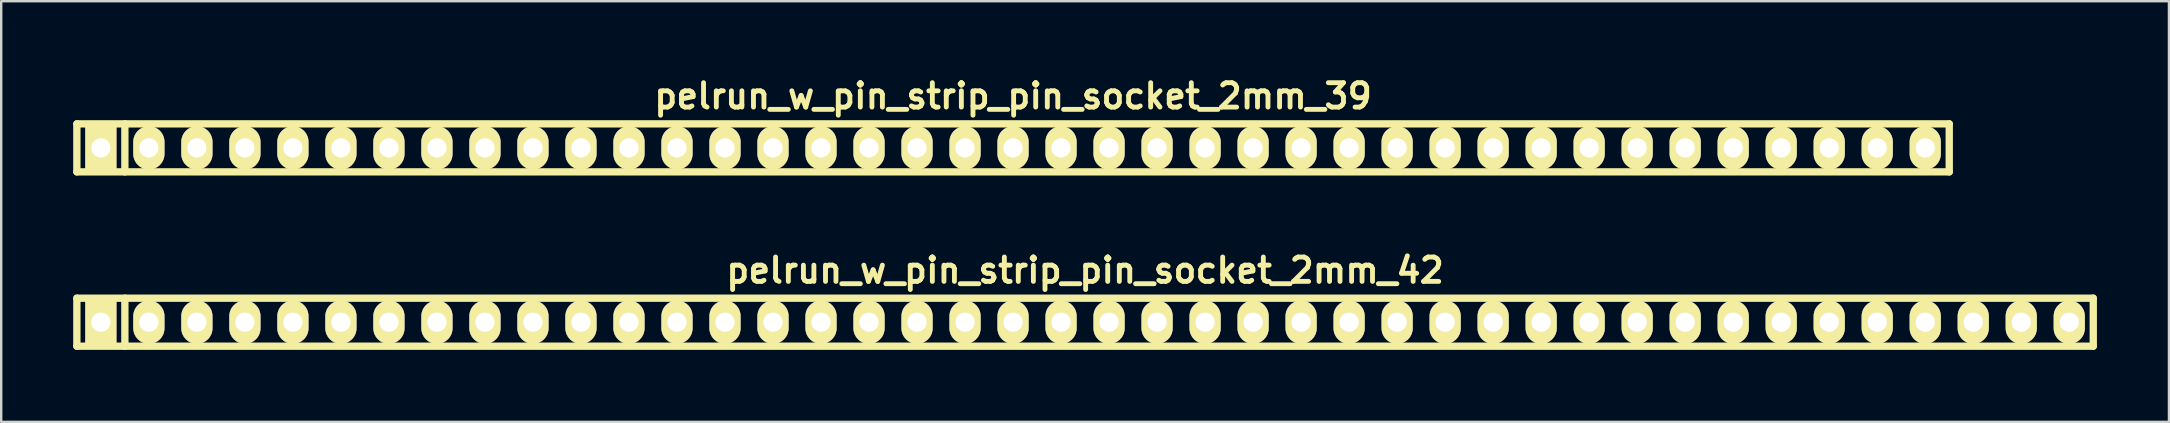
<source format=kicad_pcb>
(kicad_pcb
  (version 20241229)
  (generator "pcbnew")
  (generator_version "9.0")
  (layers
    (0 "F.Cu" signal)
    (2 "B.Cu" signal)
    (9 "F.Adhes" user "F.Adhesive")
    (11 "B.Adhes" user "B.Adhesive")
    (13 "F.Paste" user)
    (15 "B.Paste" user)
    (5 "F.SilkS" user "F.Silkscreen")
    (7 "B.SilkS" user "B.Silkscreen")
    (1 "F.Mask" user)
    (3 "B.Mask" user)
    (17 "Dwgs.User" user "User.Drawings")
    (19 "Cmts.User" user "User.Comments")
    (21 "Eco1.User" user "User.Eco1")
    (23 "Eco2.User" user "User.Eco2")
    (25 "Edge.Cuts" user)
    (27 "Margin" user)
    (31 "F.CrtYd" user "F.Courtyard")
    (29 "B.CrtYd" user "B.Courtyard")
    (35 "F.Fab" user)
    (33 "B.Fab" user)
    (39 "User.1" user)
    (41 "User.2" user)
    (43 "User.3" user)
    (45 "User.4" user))
  (footprint "pelrun_w_pin_strip_pin_socket_2mm_39"
    (layer "F.Cu")
    (at 39.152 3.11)
    (property "Reference" "pelrun_w_pin_strip_pin_socket_2mm_39" (at 0 -2.159 0) (layer "F.SilkS") (effects (font (size 1.016 1.016) (thickness 0.203))))
    (attr through_hole)
    (fp_line (start -39 -1) (end 39 -1) (stroke (width 0.305) (type solid)) (layer "F.SilkS"))
    (fp_line (start -39 1) (end -39 -1) (stroke (width 0.305) (type solid)) (layer "F.SilkS"))
    (fp_line (start -37 -1) (end -37 1) (stroke (width 0.305) (type solid)) (layer "F.SilkS"))
    (fp_line (start 39 -1) (end 39 1) (stroke (width 0.305) (type solid)) (layer "F.SilkS"))
    (fp_line (start 39 1) (end -39 1) (stroke (width 0.305) (type solid)) (layer "F.SilkS"))
    (pad "1" thru_hole rect (at -38 0) (size 1.3 1.8) (drill 0.8) (layers "*.Cu" "*.Mask" "F.SilkS"))
    (pad "2" thru_hole oval (at -36 0) (size 1.3 1.8) (drill 0.8) (layers "*.Cu" "*.Mask" "F.SilkS"))
    (pad "3" thru_hole oval (at -34 0) (size 1.3 1.8) (drill 0.8) (layers "*.Cu" "*.Mask" "F.SilkS"))
    (pad "4" thru_hole oval (at -32 0) (size 1.3 1.8) (drill 0.8) (layers "*.Cu" "*.Mask" "F.SilkS"))
    (pad "5" thru_hole oval (at -30 0) (size 1.3 1.8) (drill 0.8) (layers "*.Cu" "*.Mask" "F.SilkS"))
    (pad "6" thru_hole oval (at -28 0) (size 1.3 1.8) (drill 0.8) (layers "*.Cu" "*.Mask" "F.SilkS"))
    (pad "7" thru_hole oval (at -26 0) (size 1.3 1.8) (drill 0.8) (layers "*.Cu" "*.Mask" "F.SilkS"))
    (pad "8" thru_hole oval (at -24 0) (size 1.3 1.8) (drill 0.8) (layers "*.Cu" "*.Mask" "F.SilkS"))
    (pad "9" thru_hole oval (at -22 0) (size 1.3 1.8) (drill 0.8) (layers "*.Cu" "*.Mask" "F.SilkS"))
    (pad "10" thru_hole oval (at -20 0) (size 1.3 1.8) (drill 0.8) (layers "*.Cu" "*.Mask" "F.SilkS"))
    (pad "11" thru_hole oval (at -18 0) (size 1.3 1.8) (drill 0.8) (layers "*.Cu" "*.Mask" "F.SilkS"))
    (pad "12" thru_hole oval (at -16 0) (size 1.3 1.8) (drill 0.8) (layers "*.Cu" "*.Mask" "F.SilkS"))
    (pad "13" thru_hole oval (at -14 0) (size 1.3 1.8) (drill 0.8) (layers "*.Cu" "*.Mask" "F.SilkS"))
    (pad "14" thru_hole oval (at -12 0) (size 1.3 1.8) (drill 0.8) (layers "*.Cu" "*.Mask" "F.SilkS"))
    (pad "15" thru_hole oval (at -10 0) (size 1.3 1.8) (drill 0.8) (layers "*.Cu" "*.Mask" "F.SilkS"))
    (pad "16" thru_hole oval (at -8 0) (size 1.3 1.8) (drill 0.8) (layers "*.Cu" "*.Mask" "F.SilkS"))
    (pad "17" thru_hole oval (at -6 0) (size 1.3 1.8) (drill 0.8) (layers "*.Cu" "*.Mask" "F.SilkS"))
    (pad "18" thru_hole oval (at -4 0) (size 1.3 1.8) (drill 0.8) (layers "*.Cu" "*.Mask" "F.SilkS"))
    (pad "19" thru_hole oval (at -2 0) (size 1.3 1.8) (drill 0.8) (layers "*.Cu" "*.Mask" "F.SilkS"))
    (pad "20" thru_hole oval (at 0 0) (size 1.3 1.8) (drill 0.8) (layers "*.Cu" "*.Mask" "F.SilkS"))
    (pad "21" thru_hole oval (at 2 0) (size 1.3 1.8) (drill 0.8) (layers "*.Cu" "*.Mask" "F.SilkS"))
    (pad "22" thru_hole oval (at 4 0) (size 1.3 1.8) (drill 0.8) (layers "*.Cu" "*.Mask" "F.SilkS"))
    (pad "23" thru_hole oval (at 6 0) (size 1.3 1.8) (drill 0.8) (layers "*.Cu" "*.Mask" "F.SilkS"))
    (pad "24" thru_hole oval (at 8 0) (size 1.3 1.8) (drill 0.8) (layers "*.Cu" "*.Mask" "F.SilkS"))
    (pad "25" thru_hole oval (at 10 0) (size 1.3 1.8) (drill 0.8) (layers "*.Cu" "*.Mask" "F.SilkS"))
    (pad "26" thru_hole oval (at 12 0) (size 1.3 1.8) (drill 0.8) (layers "*.Cu" "*.Mask" "F.SilkS"))
    (pad "27" thru_hole oval (at 14 0) (size 1.3 1.8) (drill 0.8) (layers "*.Cu" "*.Mask" "F.SilkS"))
    (pad "28" thru_hole oval (at 16 0) (size 1.3 1.8) (drill 0.8) (layers "*.Cu" "*.Mask" "F.SilkS"))
    (pad "29" thru_hole oval (at 18 0) (size 1.3 1.8) (drill 0.8) (layers "*.Cu" "*.Mask" "F.SilkS"))
    (pad "30" thru_hole oval (at 20 0) (size 1.3 1.8) (drill 0.8) (layers "*.Cu" "*.Mask" "F.SilkS"))
    (pad "31" thru_hole oval (at 22 0) (size 1.3 1.8) (drill 0.8) (layers "*.Cu" "*.Mask" "F.SilkS"))
    (pad "32" thru_hole oval (at 24 0) (size 1.3 1.8) (drill 0.8) (layers "*.Cu" "*.Mask" "F.SilkS"))
    (pad "33" thru_hole oval (at 26 0) (size 1.3 1.8) (drill 0.8) (layers "*.Cu" "*.Mask" "F.SilkS"))
    (pad "34" thru_hole oval (at 28 0) (size 1.3 1.8) (drill 0.8) (layers "*.Cu" "*.Mask" "F.SilkS"))
    (pad "35" thru_hole oval (at 30 0) (size 1.3 1.8) (drill 0.8) (layers "*.Cu" "*.Mask" "F.SilkS"))
    (pad "36" thru_hole oval (at 32 0) (size 1.3 1.8) (drill 0.8) (layers "*.Cu" "*.Mask" "F.SilkS"))
    (pad "37" thru_hole oval (at 34 0) (size 1.3 1.8) (drill 0.8) (layers "*.Cu" "*.Mask" "F.SilkS"))
    (pad "38" thru_hole oval (at 36 0) (size 1.3 1.8) (drill 0.8) (layers "*.Cu" "*.Mask" "F.SilkS"))
    (pad "39" thru_hole oval (at 38 0) (size 1.3 1.8) (drill 0.8) (layers "*.Cu" "*.Mask" "F.SilkS")))
  (footprint "pelrun_w_pin_strip_pin_socket_2mm_42"
    (layer "F.Cu")
    (at 42.152 10.372)
    (property "Reference" "pelrun_w_pin_strip_pin_socket_2mm_42" (at 0 -2.159 0) (layer "F.SilkS") (effects (font (size 1.016 1.016) (thickness 0.203))))
    (attr through_hole)
    (fp_line (start -42 -1) (end 42 -1) (stroke (width 0.305) (type solid)) (layer "F.SilkS"))
    (fp_line (start -42 1) (end -42 -1) (stroke (width 0.305) (type solid)) (layer "F.SilkS"))
    (fp_line (start -40 -1) (end -40 1) (stroke (width 0.305) (type solid)) (layer "F.SilkS"))
    (fp_line (start 42 -1) (end 42 1) (stroke (width 0.305) (type solid)) (layer "F.SilkS"))
    (fp_line (start 42 1) (end -42 1) (stroke (width 0.305) (type solid)) (layer "F.SilkS"))
    (pad "1" thru_hole rect (at -41 0) (size 1.3 1.8) (drill 0.8) (layers "*.Cu" "*.Mask" "F.SilkS"))
    (pad "2" thru_hole oval (at -39 0) (size 1.3 1.8) (drill 0.8) (layers "*.Cu" "*.Mask" "F.SilkS"))
    (pad "3" thru_hole oval (at -37 0) (size 1.3 1.8) (drill 0.8) (layers "*.Cu" "*.Mask" "F.SilkS"))
    (pad "4" thru_hole oval (at -35 0) (size 1.3 1.8) (drill 0.8) (layers "*.Cu" "*.Mask" "F.SilkS"))
    (pad "5" thru_hole oval (at -33 0) (size 1.3 1.8) (drill 0.8) (layers "*.Cu" "*.Mask" "F.SilkS"))
    (pad "6" thru_hole oval (at -31 0) (size 1.3 1.8) (drill 0.8) (layers "*.Cu" "*.Mask" "F.SilkS"))
    (pad "7" thru_hole oval (at -29 0) (size 1.3 1.8) (drill 0.8) (layers "*.Cu" "*.Mask" "F.SilkS"))
    (pad "8" thru_hole oval (at -27 0) (size 1.3 1.8) (drill 0.8) (layers "*.Cu" "*.Mask" "F.SilkS"))
    (pad "9" thru_hole oval (at -25 0) (size 1.3 1.8) (drill 0.8) (layers "*.Cu" "*.Mask" "F.SilkS"))
    (pad "10" thru_hole oval (at -23 0) (size 1.3 1.8) (drill 0.8) (layers "*.Cu" "*.Mask" "F.SilkS"))
    (pad "11" thru_hole oval (at -21 0) (size 1.3 1.8) (drill 0.8) (layers "*.Cu" "*.Mask" "F.SilkS"))
    (pad "12" thru_hole oval (at -19 0) (size 1.3 1.8) (drill 0.8) (layers "*.Cu" "*.Mask" "F.SilkS"))
    (pad "13" thru_hole oval (at -17 0) (size 1.3 1.8) (drill 0.8) (layers "*.Cu" "*.Mask" "F.SilkS"))
    (pad "14" thru_hole oval (at -15 0) (size 1.3 1.8) (drill 0.8) (layers "*.Cu" "*.Mask" "F.SilkS"))
    (pad "15" thru_hole oval (at -13 0) (size 1.3 1.8) (drill 0.8) (layers "*.Cu" "*.Mask" "F.SilkS"))
    (pad "16" thru_hole oval (at -11 0) (size 1.3 1.8) (drill 0.8) (layers "*.Cu" "*.Mask" "F.SilkS"))
    (pad "17" thru_hole oval (at -9 0) (size 1.3 1.8) (drill 0.8) (layers "*.Cu" "*.Mask" "F.SilkS"))
    (pad "18" thru_hole oval (at -7 0) (size 1.3 1.8) (drill 0.8) (layers "*.Cu" "*.Mask" "F.SilkS"))
    (pad "19" thru_hole oval (at -5 0) (size 1.3 1.8) (drill 0.8) (layers "*.Cu" "*.Mask" "F.SilkS"))
    (pad "20" thru_hole oval (at -3 0) (size 1.3 1.8) (drill 0.8) (layers "*.Cu" "*.Mask" "F.SilkS"))
    (pad "21" thru_hole oval (at -1 0) (size 1.3 1.8) (drill 0.8) (layers "*.Cu" "*.Mask" "F.SilkS"))
    (pad "22" thru_hole oval (at 1 0) (size 1.3 1.8) (drill 0.8) (layers "*.Cu" "*.Mask" "F.SilkS"))
    (pad "23" thru_hole oval (at 3 0) (size 1.3 1.8) (drill 0.8) (layers "*.Cu" "*.Mask" "F.SilkS"))
    (pad "24" thru_hole oval (at 5 0) (size 1.3 1.8) (drill 0.8) (layers "*.Cu" "*.Mask" "F.SilkS"))
    (pad "25" thru_hole oval (at 7 0) (size 1.3 1.8) (drill 0.8) (layers "*.Cu" "*.Mask" "F.SilkS"))
    (pad "26" thru_hole oval (at 9 0) (size 1.3 1.8) (drill 0.8) (layers "*.Cu" "*.Mask" "F.SilkS"))
    (pad "27" thru_hole oval (at 11 0) (size 1.3 1.8) (drill 0.8) (layers "*.Cu" "*.Mask" "F.SilkS"))
    (pad "28" thru_hole oval (at 13 0) (size 1.3 1.8) (drill 0.8) (layers "*.Cu" "*.Mask" "F.SilkS"))
    (pad "29" thru_hole oval (at 15 0) (size 1.3 1.8) (drill 0.8) (layers "*.Cu" "*.Mask" "F.SilkS"))
    (pad "30" thru_hole oval (at 17 0) (size 1.3 1.8) (drill 0.8) (layers "*.Cu" "*.Mask" "F.SilkS"))
    (pad "31" thru_hole oval (at 19 0) (size 1.3 1.8) (drill 0.8) (layers "*.Cu" "*.Mask" "F.SilkS"))
    (pad "32" thru_hole oval (at 21 0) (size 1.3 1.8) (drill 0.8) (layers "*.Cu" "*.Mask" "F.SilkS"))
    (pad "33" thru_hole oval (at 23 0) (size 1.3 1.8) (drill 0.8) (layers "*.Cu" "*.Mask" "F.SilkS"))
    (pad "34" thru_hole oval (at 25 0) (size 1.3 1.8) (drill 0.8) (layers "*.Cu" "*.Mask" "F.SilkS"))
    (pad "35" thru_hole oval (at 27 0) (size 1.3 1.8) (drill 0.8) (layers "*.Cu" "*.Mask" "F.SilkS"))
    (pad "36" thru_hole oval (at 29 0) (size 1.3 1.8) (drill 0.8) (layers "*.Cu" "*.Mask" "F.SilkS"))
    (pad "37" thru_hole oval (at 31 0) (size 1.3 1.8) (drill 0.8) (layers "*.Cu" "*.Mask" "F.SilkS"))
    (pad "38" thru_hole oval (at 33 0) (size 1.3 1.8) (drill 0.8) (layers "*.Cu" "*.Mask" "F.SilkS"))
    (pad "39" thru_hole oval (at 35 0) (size 1.3 1.8) (drill 0.8) (layers "*.Cu" "*.Mask" "F.SilkS"))
    (pad "40" thru_hole oval (at 37 0) (size 1.3 1.8) (drill 0.8) (layers "*.Cu" "*.Mask" "F.SilkS"))
    (pad "41" thru_hole oval (at 39 0) (size 1.3 1.8) (drill 0.8) (layers "*.Cu" "*.Mask" "F.SilkS"))
    (pad "42" thru_hole oval (at 41 0) (size 1.3 1.8) (drill 0.8) (layers "*.Cu" "*.Mask" "F.SilkS")))
  (gr_rect
    (start -3 -3)
    (end 87.305 14.525)
    (stroke (width 0.1) (type default))
    (fill no)
    (layer "Edge.Cuts")))
</source>
